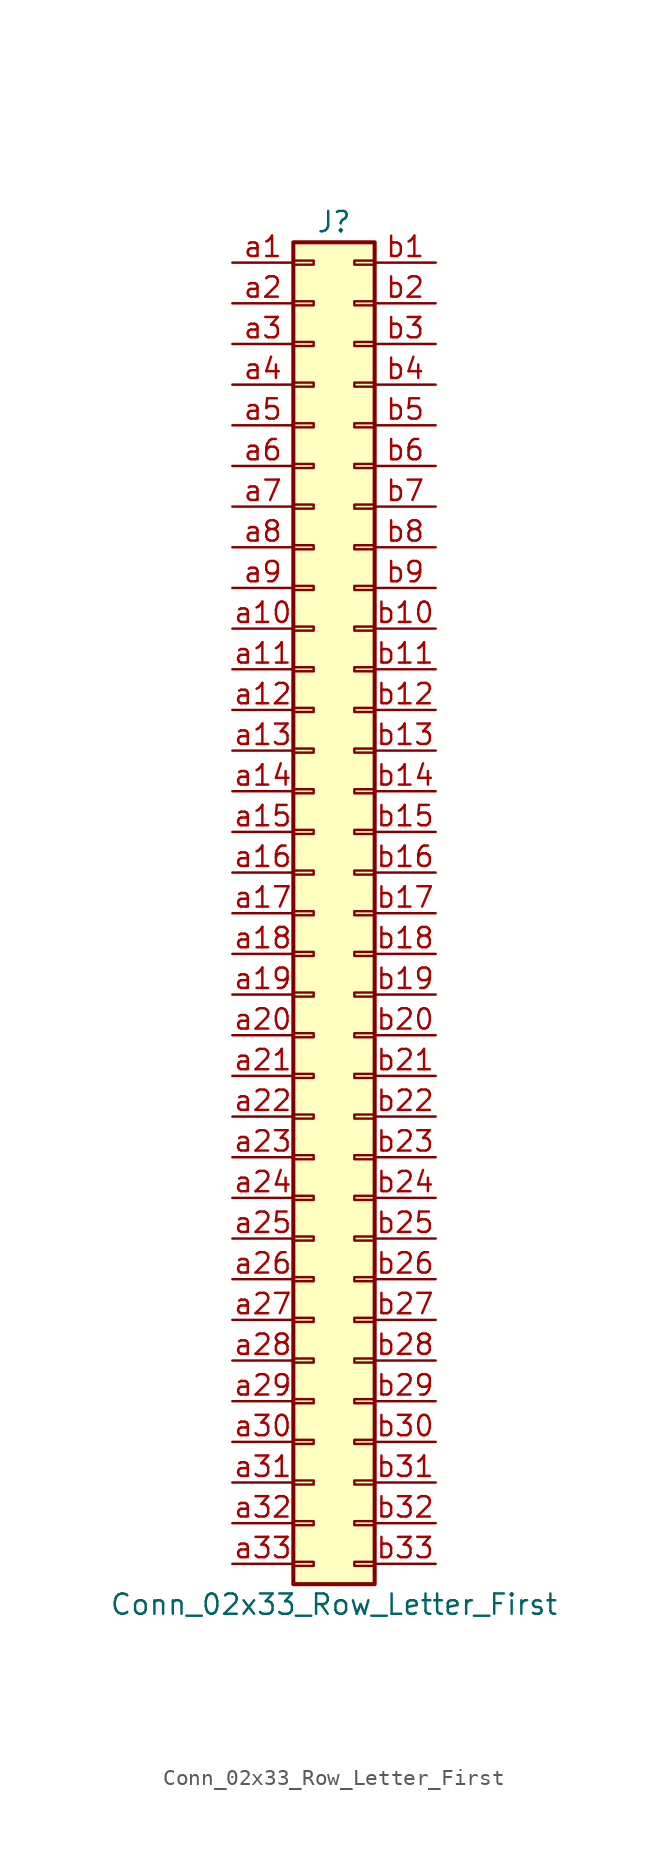
<source format=kicad_sym>
(kicad_symbol_lib
  (version 20201005)
  (generator kicad_symbol_editor)
  (symbol "Connector_Generic:Conn_02x33_Row_Letter_First"
    (pin_names
      (offset 1.016) hide)
    (property "Reference" "J"
      (at 1.27 43.18 0)
      (effects (font (size 1.27 1.27))))
    (property "Value" "Conn_02x33_Row_Letter_First"
      (at 1.27 -43.18 0)
      (effects (font (size 1.27 1.27))))
    (symbol "Conn_02x33_Row_Letter_First_1_1"
      (rectangle (start -1.27 -27.813) (end 0 -28.067) (stroke (width 0.152)) (fill (type none)))
      (rectangle (start -1.27 -30.353) (end 0 -30.607) (stroke (width 0.152)) (fill (type none)))
      (rectangle (start -1.27 -32.893) (end 0 -33.147) (stroke (width 0.152)) (fill (type none)))
      (rectangle (start -1.27 -35.433) (end 0 -35.687) (stroke (width 0.152)) (fill (type none)))
      (rectangle (start -1.27 -37.973) (end 0 -38.227) (stroke (width 0.152)) (fill (type none)))
      (rectangle (start -1.27 -40.513) (end 0 -40.767) (stroke (width 0.152)) (fill (type none)))
      (rectangle (start -1.27 -4.953) (end 0 -5.207) (stroke (width 0.152)) (fill (type none)))
      (rectangle (start -1.27 -7.493) (end 0 -7.747) (stroke (width 0.152)) (fill (type none)))
      (rectangle (start -1.27 -10.033) (end 0 -10.287) (stroke (width 0.152)) (fill (type none)))
      (rectangle (start -1.27 -12.573) (end 0 -12.827) (stroke (width 0.152)) (fill (type none)))
      (rectangle (start -1.27 -15.113) (end 0 -15.367) (stroke (width 0.152)) (fill (type none)))
      (rectangle (start -1.27 -17.653) (end 0 -17.907) (stroke (width 0.152)) (fill (type none)))
      (rectangle (start -1.27 -20.193) (end 0 -20.447) (stroke (width 0.152)) (fill (type none)))
      (rectangle (start -1.27 -22.733) (end 0 -22.987) (stroke (width 0.152)) (fill (type none)))
      (rectangle (start -1.27 -2.413) (end 0 -2.667) (stroke (width 0.152)) (fill (type none)))
      (rectangle (start -1.27 -25.273) (end 0 -25.527) (stroke (width 0.152)) (fill (type none)))
      (rectangle (start -1.27 25.527) (end 0 25.273) (stroke (width 0.152)) (fill (type none)))
      (rectangle (start -1.27 2.667) (end 0 2.413) (stroke (width 0.152)) (fill (type none)))
      (rectangle (start -1.27 28.067) (end 0 27.813) (stroke (width 0.152)) (fill (type none)))
      (rectangle (start -1.27 30.607) (end 0 30.353) (stroke (width 0.152)) (fill (type none)))
      (rectangle (start -1.27 33.147) (end 0 32.893) (stroke (width 0.152)) (fill (type none)))
      (rectangle (start -1.27 35.687) (end 0 35.433) (stroke (width 0.152)) (fill (type none)))
      (rectangle (start -1.27 38.227) (end 0 37.973) (stroke (width 0.152)) (fill (type none)))
      (rectangle (start -1.27 40.767) (end 0 40.513) (stroke (width 0.152)) (fill (type none)))
      (rectangle (start -1.27 41.91) (end 3.81 -41.91) (stroke (width 0.254)) (fill (type background)))
      (rectangle (start -1.27 5.207) (end 0 4.953) (stroke (width 0.152)) (fill (type none)))
      (rectangle (start -1.27 7.747) (end 0 7.493) (stroke (width 0.152)) (fill (type none)))
      (rectangle (start -1.27 10.287) (end 0 10.033) (stroke (width 0.152)) (fill (type none)))
      (rectangle (start -1.27 0.127) (end 0 -0.127) (stroke (width 0.152)) (fill (type none)))
      (rectangle (start -1.27 12.827) (end 0 12.573) (stroke (width 0.152)) (fill (type none)))
      (rectangle (start -1.27 15.367) (end 0 15.113) (stroke (width 0.152)) (fill (type none)))
      (rectangle (start -1.27 17.907) (end 0 17.653) (stroke (width 0.152)) (fill (type none)))
      (rectangle (start -1.27 20.447) (end 0 20.193) (stroke (width 0.152)) (fill (type none)))
      (rectangle (start -1.27 22.987) (end 0 22.733) (stroke (width 0.152)) (fill (type none)))
      (rectangle (start 3.81 -27.813) (end 2.54 -28.067) (stroke (width 0.152)) (fill (type none)))
      (rectangle (start 3.81 -30.353) (end 2.54 -30.607) (stroke (width 0.152)) (fill (type none)))
      (rectangle (start 3.81 -32.893) (end 2.54 -33.147) (stroke (width 0.152)) (fill (type none)))
      (rectangle (start 3.81 -35.433) (end 2.54 -35.687) (stroke (width 0.152)) (fill (type none)))
      (rectangle (start 3.81 -37.973) (end 2.54 -38.227) (stroke (width 0.152)) (fill (type none)))
      (rectangle (start 3.81 -40.513) (end 2.54 -40.767) (stroke (width 0.152)) (fill (type none)))
      (rectangle (start 3.81 -4.953) (end 2.54 -5.207) (stroke (width 0.152)) (fill (type none)))
      (rectangle (start 3.81 -7.493) (end 2.54 -7.747) (stroke (width 0.152)) (fill (type none)))
      (rectangle (start 3.81 -10.033) (end 2.54 -10.287) (stroke (width 0.152)) (fill (type none)))
      (rectangle (start 3.81 -12.573) (end 2.54 -12.827) (stroke (width 0.152)) (fill (type none)))
      (rectangle (start 3.81 -15.113) (end 2.54 -15.367) (stroke (width 0.152)) (fill (type none)))
      (rectangle (start 3.81 -17.653) (end 2.54 -17.907) (stroke (width 0.152)) (fill (type none)))
      (rectangle (start 3.81 -20.193) (end 2.54 -20.447) (stroke (width 0.152)) (fill (type none)))
      (rectangle (start 3.81 -22.733) (end 2.54 -22.987) (stroke (width 0.152)) (fill (type none)))
      (rectangle (start 3.81 -2.413) (end 2.54 -2.667) (stroke (width 0.152)) (fill (type none)))
      (rectangle (start 3.81 -25.273) (end 2.54 -25.527) (stroke (width 0.152)) (fill (type none)))
      (rectangle (start 3.81 25.527) (end 2.54 25.273) (stroke (width 0.152)) (fill (type none)))
      (rectangle (start 3.81 2.667) (end 2.54 2.413) (stroke (width 0.152)) (fill (type none)))
      (rectangle (start 3.81 28.067) (end 2.54 27.813) (stroke (width 0.152)) (fill (type none)))
      (rectangle (start 3.81 30.607) (end 2.54 30.353) (stroke (width 0.152)) (fill (type none)))
      (rectangle (start 3.81 33.147) (end 2.54 32.893) (stroke (width 0.152)) (fill (type none)))
      (rectangle (start 3.81 35.687) (end 2.54 35.433) (stroke (width 0.152)) (fill (type none)))
      (rectangle (start 3.81 38.227) (end 2.54 37.973) (stroke (width 0.152)) (fill (type none)))
      (rectangle (start 3.81 40.767) (end 2.54 40.513) (stroke (width 0.152)) (fill (type none)))
      (rectangle (start 3.81 5.207) (end 2.54 4.953) (stroke (width 0.152)) (fill (type none)))
      (rectangle (start 3.81 7.747) (end 2.54 7.493) (stroke (width 0.152)) (fill (type none)))
      (rectangle (start 3.81 10.287) (end 2.54 10.033) (stroke (width 0.152)) (fill (type none)))
      (rectangle (start 3.81 0.127) (end 2.54 -0.127) (stroke (width 0.152)) (fill (type none)))
      (rectangle (start 3.81 12.827) (end 2.54 12.573) (stroke (width 0.152)) (fill (type none)))
      (rectangle (start 3.81 15.367) (end 2.54 15.113) (stroke (width 0.152)) (fill (type none)))
      (rectangle (start 3.81 17.907) (end 2.54 17.653) (stroke (width 0.152)) (fill (type none)))
      (rectangle (start 3.81 20.447) (end 2.54 20.193) (stroke (width 0.152)) (fill (type none)))
      (rectangle (start 3.81 22.987) (end 2.54 22.733) (stroke (width 0.152)) (fill (type none)))
      (pin passive line (at -5.08 40.64 0) (length 3.81) (name "Pin_a1" (effects (font (size 1.27 1.27)))) (number "a1" (effects (font (size 1.27 1.27)))))
      (pin passive line (at -5.08 17.78 0) (length 3.81) (name "Pin_a10" (effects (font (size 1.27 1.27)))) (number "a10" (effects (font (size 1.27 1.27)))))
      (pin passive line (at -5.08 15.24 0) (length 3.81) (name "Pin_a11" (effects (font (size 1.27 1.27)))) (number "a11" (effects (font (size 1.27 1.27)))))
      (pin passive line (at -5.08 12.7 0) (length 3.81) (name "Pin_a12" (effects (font (size 1.27 1.27)))) (number "a12" (effects (font (size 1.27 1.27)))))
      (pin passive line (at -5.08 10.16 0) (length 3.81) (name "Pin_a13" (effects (font (size 1.27 1.27)))) (number "a13" (effects (font (size 1.27 1.27)))))
      (pin passive line (at -5.08 7.62 0) (length 3.81) (name "Pin_a14" (effects (font (size 1.27 1.27)))) (number "a14" (effects (font (size 1.27 1.27)))))
      (pin passive line (at -5.08 5.08 0) (length 3.81) (name "Pin_a15" (effects (font (size 1.27 1.27)))) (number "a15" (effects (font (size 1.27 1.27)))))
      (pin passive line (at -5.08 2.54 0) (length 3.81) (name "Pin_a16" (effects (font (size 1.27 1.27)))) (number "a16" (effects (font (size 1.27 1.27)))))
      (pin passive line (at -5.08 0 0) (length 3.81) (name "Pin_a17" (effects (font (size 1.27 1.27)))) (number "a17" (effects (font (size 1.27 1.27)))))
      (pin passive line (at -5.08 -2.54 0) (length 3.81) (name "Pin_a18" (effects (font (size 1.27 1.27)))) (number "a18" (effects (font (size 1.27 1.27)))))
      (pin passive line (at -5.08 -5.08 0) (length 3.81) (name "Pin_a19" (effects (font (size 1.27 1.27)))) (number "a19" (effects (font (size 1.27 1.27)))))
      (pin passive line (at -5.08 38.1 0) (length 3.81) (name "Pin_a2" (effects (font (size 1.27 1.27)))) (number "a2" (effects (font (size 1.27 1.27)))))
      (pin passive line (at -5.08 -7.62 0) (length 3.81) (name "Pin_a20" (effects (font (size 1.27 1.27)))) (number "a20" (effects (font (size 1.27 1.27)))))
      (pin passive line (at -5.08 -10.16 0) (length 3.81) (name "Pin_a21" (effects (font (size 1.27 1.27)))) (number "a21" (effects (font (size 1.27 1.27)))))
      (pin passive line (at -5.08 -12.7 0) (length 3.81) (name "Pin_a22" (effects (font (size 1.27 1.27)))) (number "a22" (effects (font (size 1.27 1.27)))))
      (pin passive line (at -5.08 -15.24 0) (length 3.81) (name "Pin_a23" (effects (font (size 1.27 1.27)))) (number "a23" (effects (font (size 1.27 1.27)))))
      (pin passive line (at -5.08 -17.78 0) (length 3.81) (name "Pin_a24" (effects (font (size 1.27 1.27)))) (number "a24" (effects (font (size 1.27 1.27)))))
      (pin passive line (at -5.08 -20.32 0) (length 3.81) (name "Pin_a25" (effects (font (size 1.27 1.27)))) (number "a25" (effects (font (size 1.27 1.27)))))
      (pin passive line (at -5.08 -22.86 0) (length 3.81) (name "Pin_a26" (effects (font (size 1.27 1.27)))) (number "a26" (effects (font (size 1.27 1.27)))))
      (pin passive line (at -5.08 -25.4 0) (length 3.81) (name "Pin_a27" (effects (font (size 1.27 1.27)))) (number "a27" (effects (font (size 1.27 1.27)))))
      (pin passive line (at -5.08 -27.94 0) (length 3.81) (name "Pin_a28" (effects (font (size 1.27 1.27)))) (number "a28" (effects (font (size 1.27 1.27)))))
      (pin passive line (at -5.08 -30.48 0) (length 3.81) (name "Pin_a29" (effects (font (size 1.27 1.27)))) (number "a29" (effects (font (size 1.27 1.27)))))
      (pin passive line (at -5.08 35.56 0) (length 3.81) (name "Pin_a3" (effects (font (size 1.27 1.27)))) (number "a3" (effects (font (size 1.27 1.27)))))
      (pin passive line (at -5.08 -33.02 0) (length 3.81) (name "Pin_a30" (effects (font (size 1.27 1.27)))) (number "a30" (effects (font (size 1.27 1.27)))))
      (pin passive line (at -5.08 -35.56 0) (length 3.81) (name "Pin_a31" (effects (font (size 1.27 1.27)))) (number "a31" (effects (font (size 1.27 1.27)))))
      (pin passive line (at -5.08 -38.1 0) (length 3.81) (name "Pin_a32" (effects (font (size 1.27 1.27)))) (number "a32" (effects (font (size 1.27 1.27)))))
      (pin passive line (at -5.08 -40.64 0) (length 3.81) (name "Pin_a33" (effects (font (size 1.27 1.27)))) (number "a33" (effects (font (size 1.27 1.27)))))
      (pin passive line (at -5.08 33.02 0) (length 3.81) (name "Pin_a4" (effects (font (size 1.27 1.27)))) (number "a4" (effects (font (size 1.27 1.27)))))
      (pin passive line (at -5.08 30.48 0) (length 3.81) (name "Pin_a5" (effects (font (size 1.27 1.27)))) (number "a5" (effects (font (size 1.27 1.27)))))
      (pin passive line (at -5.08 27.94 0) (length 3.81) (name "Pin_a6" (effects (font (size 1.27 1.27)))) (number "a6" (effects (font (size 1.27 1.27)))))
      (pin passive line (at -5.08 25.4 0) (length 3.81) (name "Pin_a7" (effects (font (size 1.27 1.27)))) (number "a7" (effects (font (size 1.27 1.27)))))
      (pin passive line (at -5.08 22.86 0) (length 3.81) (name "Pin_a8" (effects (font (size 1.27 1.27)))) (number "a8" (effects (font (size 1.27 1.27)))))
      (pin passive line (at -5.08 20.32 0) (length 3.81) (name "Pin_a9" (effects (font (size 1.27 1.27)))) (number "a9" (effects (font (size 1.27 1.27)))))
      (pin passive line (at 7.62 40.64 180) (length 3.81) (name "Pin_b1" (effects (font (size 1.27 1.27)))) (number "b1" (effects (font (size 1.27 1.27)))))
      (pin passive line (at 7.62 17.78 180) (length 3.81) (name "Pin_b10" (effects (font (size 1.27 1.27)))) (number "b10" (effects (font (size 1.27 1.27)))))
      (pin passive line (at 7.62 15.24 180) (length 3.81) (name "Pin_b11" (effects (font (size 1.27 1.27)))) (number "b11" (effects (font (size 1.27 1.27)))))
      (pin passive line (at 7.62 12.7 180) (length 3.81) (name "Pin_b12" (effects (font (size 1.27 1.27)))) (number "b12" (effects (font (size 1.27 1.27)))))
      (pin passive line (at 7.62 10.16 180) (length 3.81) (name "Pin_b13" (effects (font (size 1.27 1.27)))) (number "b13" (effects (font (size 1.27 1.27)))))
      (pin passive line (at 7.62 7.62 180) (length 3.81) (name "Pin_b14" (effects (font (size 1.27 1.27)))) (number "b14" (effects (font (size 1.27 1.27)))))
      (pin passive line (at 7.62 5.08 180) (length 3.81) (name "Pin_b15" (effects (font (size 1.27 1.27)))) (number "b15" (effects (font (size 1.27 1.27)))))
      (pin passive line (at 7.62 2.54 180) (length 3.81) (name "Pin_b16" (effects (font (size 1.27 1.27)))) (number "b16" (effects (font (size 1.27 1.27)))))
      (pin passive line (at 7.62 0 180) (length 3.81) (name "Pin_b17" (effects (font (size 1.27 1.27)))) (number "b17" (effects (font (size 1.27 1.27)))))
      (pin passive line (at 7.62 -2.54 180) (length 3.81) (name "Pin_b18" (effects (font (size 1.27 1.27)))) (number "b18" (effects (font (size 1.27 1.27)))))
      (pin passive line (at 7.62 -5.08 180) (length 3.81) (name "Pin_b19" (effects (font (size 1.27 1.27)))) (number "b19" (effects (font (size 1.27 1.27)))))
      (pin passive line (at 7.62 38.1 180) (length 3.81) (name "Pin_b2" (effects (font (size 1.27 1.27)))) (number "b2" (effects (font (size 1.27 1.27)))))
      (pin passive line (at 7.62 -7.62 180) (length 3.81) (name "Pin_b20" (effects (font (size 1.27 1.27)))) (number "b20" (effects (font (size 1.27 1.27)))))
      (pin passive line (at 7.62 -10.16 180) (length 3.81) (name "Pin_b21" (effects (font (size 1.27 1.27)))) (number "b21" (effects (font (size 1.27 1.27)))))
      (pin passive line (at 7.62 -12.7 180) (length 3.81) (name "Pin_b22" (effects (font (size 1.27 1.27)))) (number "b22" (effects (font (size 1.27 1.27)))))
      (pin passive line (at 7.62 -15.24 180) (length 3.81) (name "Pin_b23" (effects (font (size 1.27 1.27)))) (number "b23" (effects (font (size 1.27 1.27)))))
      (pin passive line (at 7.62 -17.78 180) (length 3.81) (name "Pin_b24" (effects (font (size 1.27 1.27)))) (number "b24" (effects (font (size 1.27 1.27)))))
      (pin passive line (at 7.62 -20.32 180) (length 3.81) (name "Pin_b25" (effects (font (size 1.27 1.27)))) (number "b25" (effects (font (size 1.27 1.27)))))
      (pin passive line (at 7.62 -22.86 180) (length 3.81) (name "Pin_b26" (effects (font (size 1.27 1.27)))) (number "b26" (effects (font (size 1.27 1.27)))))
      (pin passive line (at 7.62 -25.4 180) (length 3.81) (name "Pin_b27" (effects (font (size 1.27 1.27)))) (number "b27" (effects (font (size 1.27 1.27)))))
      (pin passive line (at 7.62 -27.94 180) (length 3.81) (name "Pin_b28" (effects (font (size 1.27 1.27)))) (number "b28" (effects (font (size 1.27 1.27)))))
      (pin passive line (at 7.62 -30.48 180) (length 3.81) (name "Pin_b29" (effects (font (size 1.27 1.27)))) (number "b29" (effects (font (size 1.27 1.27)))))
      (pin passive line (at 7.62 35.56 180) (length 3.81) (name "Pin_b3" (effects (font (size 1.27 1.27)))) (number "b3" (effects (font (size 1.27 1.27)))))
      (pin passive line (at 7.62 -33.02 180) (length 3.81) (name "Pin_b30" (effects (font (size 1.27 1.27)))) (number "b30" (effects (font (size 1.27 1.27)))))
      (pin passive line (at 7.62 -35.56 180) (length 3.81) (name "Pin_b31" (effects (font (size 1.27 1.27)))) (number "b31" (effects (font (size 1.27 1.27)))))
      (pin passive line (at 7.62 -38.1 180) (length 3.81) (name "Pin_b32" (effects (font (size 1.27 1.27)))) (number "b32" (effects (font (size 1.27 1.27)))))
      (pin passive line (at 7.62 -40.64 180) (length 3.81) (name "Pin_b33" (effects (font (size 1.27 1.27)))) (number "b33" (effects (font (size 1.27 1.27)))))
      (pin passive line (at 7.62 33.02 180) (length 3.81) (name "Pin_b4" (effects (font (size 1.27 1.27)))) (number "b4" (effects (font (size 1.27 1.27)))))
      (pin passive line (at 7.62 30.48 180) (length 3.81) (name "Pin_b5" (effects (font (size 1.27 1.27)))) (number "b5" (effects (font (size 1.27 1.27)))))
      (pin passive line (at 7.62 27.94 180) (length 3.81) (name "Pin_b6" (effects (font (size 1.27 1.27)))) (number "b6" (effects (font (size 1.27 1.27)))))
      (pin passive line (at 7.62 25.4 180) (length 3.81) (name "Pin_b7" (effects (font (size 1.27 1.27)))) (number "b7" (effects (font (size 1.27 1.27)))))
      (pin passive line (at 7.62 22.86 180) (length 3.81) (name "Pin_b8" (effects (font (size 1.27 1.27)))) (number "b8" (effects (font (size 1.27 1.27)))))
      (pin passive line (at 7.62 20.32 180) (length 3.81) (name "Pin_b9" (effects (font (size 1.27 1.27)))) (number "b9" (effects (font (size 1.27 1.27))))))))
</source>
